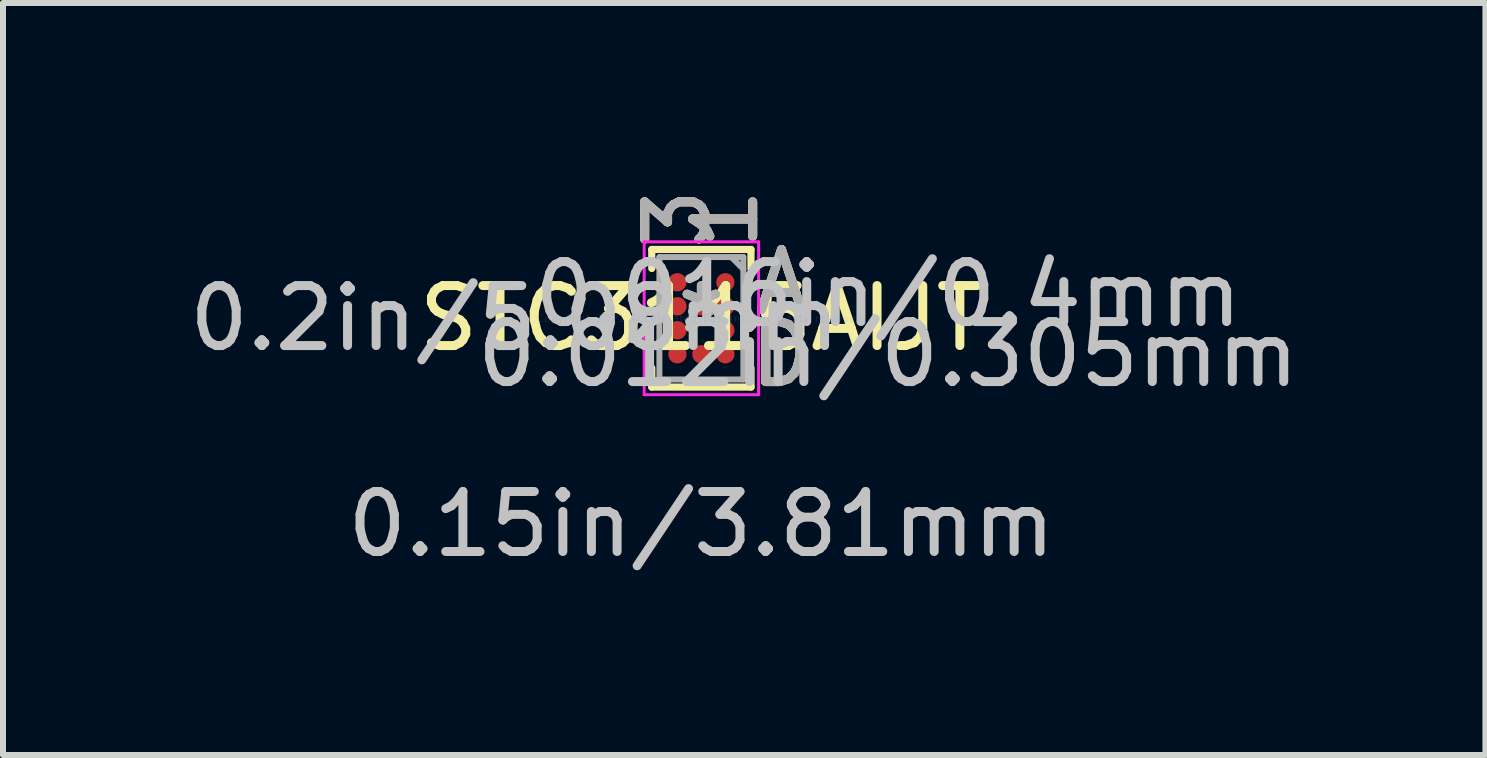
<source format=kicad_pcb>
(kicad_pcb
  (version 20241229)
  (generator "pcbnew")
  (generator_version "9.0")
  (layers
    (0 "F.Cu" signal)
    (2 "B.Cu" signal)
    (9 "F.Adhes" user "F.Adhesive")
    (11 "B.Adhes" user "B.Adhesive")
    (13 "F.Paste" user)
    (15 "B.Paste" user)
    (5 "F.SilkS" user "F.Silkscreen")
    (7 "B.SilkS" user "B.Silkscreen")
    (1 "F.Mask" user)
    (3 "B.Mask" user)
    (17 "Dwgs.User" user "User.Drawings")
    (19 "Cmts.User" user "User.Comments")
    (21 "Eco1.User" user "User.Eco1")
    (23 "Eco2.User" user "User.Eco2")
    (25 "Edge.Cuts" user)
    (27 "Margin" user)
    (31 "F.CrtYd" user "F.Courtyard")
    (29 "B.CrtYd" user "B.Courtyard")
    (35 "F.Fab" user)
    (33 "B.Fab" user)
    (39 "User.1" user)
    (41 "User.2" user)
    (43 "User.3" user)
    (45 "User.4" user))
  (footprint "STC3115AIJT"
    (layer "F.Cu")
    (at 8.643 2.256)
    (property "Reference" "STC3115AIJT" (at 0 0 0) (layer "F.SilkS") (effects (font (size 1 1) (thickness 0.15))))
    (attr through_hole)
    (fp_line (start -0.827 -1.147) (end -0.827 -0.83) (stroke (width 0.12) (type solid)) (layer "F.SilkS"))
    (fp_line (start -0.827 0.83) (end -0.827 1.147) (stroke (width 0.12) (type solid)) (layer "F.SilkS"))
    (fp_line (start -0.827 1.147) (end 0.827 1.147) (stroke (width 0.12) (type solid)) (layer "F.SilkS"))
    (fp_line (start 0.827 -1.147) (end -0.827 -1.147) (stroke (width 0.12) (type solid)) (layer "F.SilkS"))
    (fp_line (start 0.827 -0.83) (end 0.827 -1.147) (stroke (width 0.12) (type solid)) (layer "F.SilkS"))
    (fp_line (start 0.827 1.147) (end 0.827 0.83) (stroke (width 0.12) (type solid)) (layer "F.SilkS"))
    (fp_line (start -0.954 -1.274) (end 0.954 -1.274) (stroke (width 0.05) (type solid)) (layer "F.CrtYd"))
    (fp_line (start -0.954 1.274) (end -0.954 -1.274) (stroke (width 0.05) (type solid)) (layer "F.CrtYd"))
    (fp_line (start 0.954 -1.274) (end 0.954 1.274) (stroke (width 0.05) (type solid)) (layer "F.CrtYd"))
    (fp_line (start 0.954 1.274) (end -0.954 1.274) (stroke (width 0.05) (type solid)) (layer "F.CrtYd"))
    (fp_line (start -0.7 -1.02) (end -0.7 1.02) (stroke (width 0.1) (type solid)) (layer "F.Fab"))
    (fp_line (start -0.7 1.02) (end 0.7 1.02) (stroke (width 0.1) (type solid)) (layer "F.Fab"))
    (fp_line (start 0.7 -1.02) (end -0.7 -1.02) (stroke (width 0.1) (type solid)) (layer "F.Fab"))
    (fp_line (start 0.7 -0.82) (end 0.5 -1.02) (stroke (width 0.1) (type solid)) (layer "F.Fab"))
    (fp_line (start 0.7 1.02) (end 0.7 -1.02) (stroke (width 0.1) (type solid)) (layer "F.Fab"))
    (fp_text user "3" (at -0.4 -1.655 90) (layer "F.SilkS") (effects (font (size 1 1) (thickness 0.15))))
    (fp_text user "*" (at 0 0 0) (layer "F.SilkS") (effects (font (size 1 1) (thickness 0.15))))
    (fp_text user "1" (at 0.4 -1.655 90) (layer "F.SilkS") (effects (font (size 1 1) (thickness 0.15))))
    (fp_text user "D" (at 1.335 0.6 0) (layer "F.SilkS") (effects (font (size 1 1) (thickness 0.15))))
    (fp_text user "A" (at 1.335 -0.6 0) (layer "F.SilkS") (effects (font (size 1 1) (thickness 0.15))))
    (fp_text user "1" (at 0.4 -1.655 90) (layer "B.SilkS") (effects (font (size 1 1) (thickness 0.15))))
    (fp_text user "A" (at 1.335 -0.6 0) (layer "B.SilkS") (effects (font (size 1 1) (thickness 0.15))))
    (fp_text user "3" (at -0.4 -1.655 90) (layer "B.SilkS") (effects (font (size 1 1) (thickness 0.15))))
    (fp_text user "D" (at 1.335 0.6 0) (layer "B.SilkS") (effects (font (size 1 1) (thickness 0.15))))
    (fp_text user "0.15in/3.81mm" (at 0 3.433 0) (layer "Dwgs.User") (effects (font (size 1 1) (thickness 0.15))))
    (fp_text user "0.016in/0.4mm" (at 3.113 -0.4 0) (layer "Dwgs.User") (effects (font (size 1 1) (thickness 0.15))))
    (fp_text user "0.012in/0.305mm" (at 3.113 0.6 0) (layer "Dwgs.User") (effects (font (size 1 1) (thickness 0.15))))
    (fp_text user "0.2in/5.08mm" (at -3.113 0 0) (layer "Dwgs.User") (effects (font (size 1 1) (thickness 0.15))))
    (fp_text user "Copyright 2021 Accelerated Designs. All rights reserved." (at 0 0 0) (layer "Cmts.User") (effects (font (size 0.127 0.127) (thickness 0.002))))
    (fp_text user "1" (at 0.4 -1.655 90) (layer "F.Fab") (effects (font (size 1 1) (thickness 0.15))))
    (fp_text user "D" (at 1.335 0.6 0) (layer "F.Fab") (effects (font (size 1 1) (thickness 0.15))))
    (fp_text user "3" (at -0.4 -1.655 90) (layer "F.Fab") (effects (font (size 1 1) (thickness 0.15))))
    (fp_text user "A" (at 1.335 -0.6 0) (layer "F.Fab") (effects (font (size 1 1) (thickness 0.15))))
    (fp_text user "*" (at 0 0 0) (layer "F.Fab") (effects (font (size 1 1) (thickness 0.15))))
    (pad "A1" smd circle (at 0.4 -0.6) (size 0.305 0.305) (layers "F.Cu" "F.Mask" "F.Paste"))
    (pad "A3" smd circle (at -0.4 -0.6) (size 0.305 0.305) (layers "F.Cu" "F.Mask" "F.Paste"))
    (pad "B1" smd circle (at 0.4 -0.2) (size 0.305 0.305) (layers "F.Cu" "F.Mask" "F.Paste"))
    (pad "B2" smd circle (at 0 -0.2) (size 0.305 0.305) (layers "F.Cu" "F.Mask" "F.Paste"))
    (pad "B3" smd circle (at -0.4 -0.2) (size 0.305 0.305) (layers "F.Cu" "F.Mask" "F.Paste"))
    (pad "C1" smd circle (at 0.4 0.2) (size 0.305 0.305) (layers "F.Cu" "F.Mask" "F.Paste"))
    (pad "C3" smd circle (at -0.4 0.2) (size 0.305 0.305) (layers "F.Cu" "F.Mask" "F.Paste"))
    (pad "D1" smd circle (at 0.4 0.6) (size 0.305 0.305) (layers "F.Cu" "F.Mask" "F.Paste"))
    (pad "D2" smd circle (at 0 0.6) (size 0.305 0.305) (layers "F.Cu" "F.Mask" "F.Paste"))
    (pad "D3" smd circle (at -0.4 0.6) (size 0.305 0.305) (layers "F.Cu" "F.Mask" "F.Paste")))
  (gr_rect
    (start -3 -3)
    (end 21.714 9.537)
    (stroke (width 0.1) (type default))
    (fill no)
    (layer "Edge.Cuts")))
</source>
